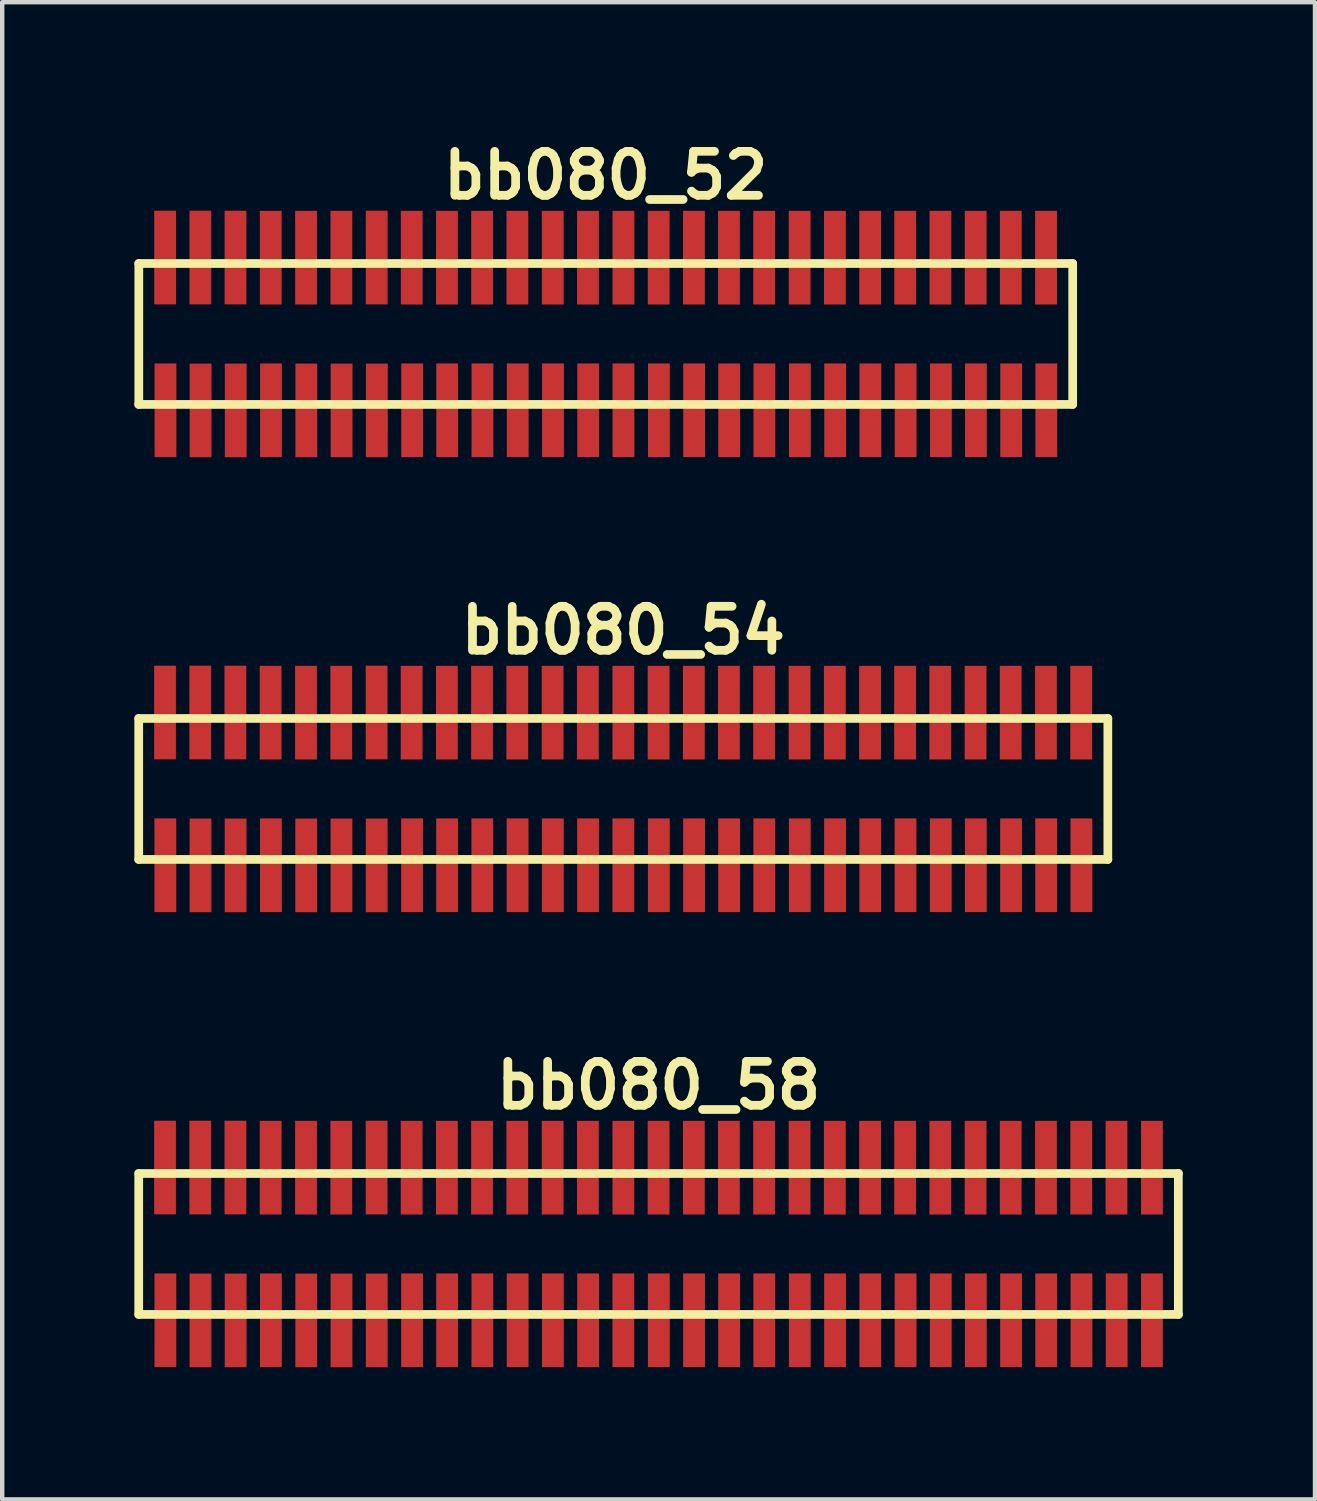
<source format=kicad_pcb>
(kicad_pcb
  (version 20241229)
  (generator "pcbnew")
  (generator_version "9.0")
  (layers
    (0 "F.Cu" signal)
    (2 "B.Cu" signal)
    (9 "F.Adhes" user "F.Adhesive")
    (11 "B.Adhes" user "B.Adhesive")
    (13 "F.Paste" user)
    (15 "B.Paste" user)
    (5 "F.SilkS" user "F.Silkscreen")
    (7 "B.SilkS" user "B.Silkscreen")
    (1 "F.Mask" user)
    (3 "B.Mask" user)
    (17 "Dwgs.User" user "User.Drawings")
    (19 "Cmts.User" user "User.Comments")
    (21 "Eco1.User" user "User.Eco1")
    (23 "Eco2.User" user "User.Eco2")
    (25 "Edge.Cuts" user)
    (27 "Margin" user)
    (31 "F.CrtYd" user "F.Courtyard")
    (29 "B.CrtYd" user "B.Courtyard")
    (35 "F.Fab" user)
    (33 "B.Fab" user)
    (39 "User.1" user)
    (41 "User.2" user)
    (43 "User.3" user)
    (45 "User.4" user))
  (footprint "bb080_52"
    (layer "F.Cu")
    (at 10.698 4.531)
    (property "Reference" "bb080_52" (at 0 -3.599 0) (layer "F.SilkS") (effects (font (size 0.998 0.998) (thickness 0.198))))
    (attr through_hole)
    (fp_line (start -10.599 1.6) (end 10.599 1.6) (stroke (width 0.198) (type solid)) (layer "F.SilkS"))
    (fp_line (start -10.597 -1.6) (end -10.597 1.6) (stroke (width 0.198) (type solid)) (layer "F.SilkS"))
    (fp_line (start 10.599 -1.6) (end -10.599 -1.6) (stroke (width 0.198) (type solid)) (layer "F.SilkS"))
    (fp_line (start 10.602 1.6) (end 10.602 -1.6) (stroke (width 0.198) (type solid)) (layer "F.SilkS"))
    (pad "1" smd rect (at -9.992 1.732) (size 0.495 2.126) (layers "F.Cu" "F.Mask" "F.Paste"))
    (pad "2" smd rect (at -10 -1.735) (size 0.495 2.126) (layers "F.Cu" "F.Mask" "F.Paste"))
    (pad "3" smd rect (at -9.195 1.735) (size 0.495 2.126) (layers "F.Cu" "F.Mask" "F.Paste"))
    (pad "4" smd rect (at -9.2 -1.735) (size 0.495 2.126) (layers "F.Cu" "F.Mask" "F.Paste"))
    (pad "5" smd rect (at -8.397 1.735) (size 0.495 2.126) (layers "F.Cu" "F.Mask" "F.Paste"))
    (pad "6" smd rect (at -8.402 -1.735) (size 0.495 2.126) (layers "F.Cu" "F.Mask" "F.Paste"))
    (pad "7" smd rect (at -7.597 1.732) (size 0.495 2.126) (layers "F.Cu" "F.Mask" "F.Paste"))
    (pad "8" smd rect (at -7.602 -1.732) (size 0.495 2.126) (layers "F.Cu" "F.Mask" "F.Paste"))
    (pad "9" smd rect (at -6.795 1.735) (size 0.495 2.126) (layers "F.Cu" "F.Mask" "F.Paste"))
    (pad "10" smd rect (at -6.8 -1.732) (size 0.495 2.126) (layers "F.Cu" "F.Mask" "F.Paste"))
    (pad "11" smd rect (at -5.994 1.735) (size 0.495 2.126) (layers "F.Cu" "F.Mask" "F.Paste"))
    (pad "12" smd rect (at -5.999 -1.732) (size 0.495 2.126) (layers "F.Cu" "F.Mask" "F.Paste"))
    (pad "13" smd rect (at -5.194 1.735) (size 0.495 2.126) (layers "F.Cu" "F.Mask" "F.Paste"))
    (pad "14" smd rect (at -5.197 -1.735) (size 0.495 2.126) (layers "F.Cu" "F.Mask" "F.Paste"))
    (pad "15" smd rect (at -4.392 1.732) (size 0.495 2.126) (layers "F.Cu" "F.Mask" "F.Paste"))
    (pad "16" smd rect (at -4.402 -1.732) (size 0.495 2.126) (layers "F.Cu" "F.Mask" "F.Paste"))
    (pad "17" smd rect (at -3.597 1.732) (size 0.495 2.126) (layers "F.Cu" "F.Mask" "F.Paste"))
    (pad "18" smd rect (at -3.602 -1.732) (size 0.495 2.126) (layers "F.Cu" "F.Mask" "F.Paste"))
    (pad "19" smd rect (at -2.797 1.732) (size 0.495 2.126) (layers "F.Cu" "F.Mask" "F.Paste"))
    (pad "20" smd rect (at -2.804 -1.732) (size 0.495 2.126) (layers "F.Cu" "F.Mask" "F.Paste"))
    (pad "21" smd rect (at -1.996 1.732) (size 0.495 2.126) (layers "F.Cu" "F.Mask" "F.Paste"))
    (pad "22" smd rect (at -2.004 -1.732) (size 0.495 2.126) (layers "F.Cu" "F.Mask" "F.Paste"))
    (pad "23" smd rect (at -1.196 1.732) (size 0.495 2.126) (layers "F.Cu" "F.Mask" "F.Paste"))
    (pad "24" smd rect (at -1.201 -1.732) (size 0.495 2.126) (layers "F.Cu" "F.Mask" "F.Paste"))
    (pad "25" smd rect (at -0.396 1.732) (size 0.495 2.126) (layers "F.Cu" "F.Mask" "F.Paste"))
    (pad "26" smd rect (at -0.401 -1.732) (size 0.495 2.126) (layers "F.Cu" "F.Mask" "F.Paste"))
    (pad "27" smd rect (at 0.404 1.732) (size 0.495 2.126) (layers "F.Cu" "F.Mask" "F.Paste"))
    (pad "28" smd rect (at 0.404 -1.732) (size 0.495 2.126) (layers "F.Cu" "F.Mask" "F.Paste"))
    (pad "29" smd rect (at 1.209 1.732) (size 0.495 2.126) (layers "F.Cu" "F.Mask" "F.Paste"))
    (pad "30" smd rect (at 1.204 -1.732) (size 0.495 2.126) (layers "F.Cu" "F.Mask" "F.Paste"))
    (pad "31" smd rect (at 2.009 1.732) (size 0.495 2.126) (layers "F.Cu" "F.Mask" "F.Paste"))
    (pad "32" smd rect (at 2.004 -1.732) (size 0.495 2.126) (layers "F.Cu" "F.Mask" "F.Paste"))
    (pad "33" smd rect (at 2.804 1.732) (size 0.495 2.126) (layers "F.Cu" "F.Mask" "F.Paste"))
    (pad "34" smd rect (at 2.799 -1.732) (size 0.495 2.126) (layers "F.Cu" "F.Mask" "F.Paste"))
    (pad "35" smd rect (at 3.604 1.732) (size 0.495 2.126) (layers "F.Cu" "F.Mask" "F.Paste"))
    (pad "36" smd rect (at 3.599 -1.732) (size 0.495 2.126) (layers "F.Cu" "F.Mask" "F.Paste"))
    (pad "37" smd rect (at 4.409 1.732) (size 0.495 2.126) (layers "F.Cu" "F.Mask" "F.Paste"))
    (pad "38" smd rect (at 4.404 -1.732) (size 0.495 2.126) (layers "F.Cu" "F.Mask" "F.Paste"))
    (pad "39" smd rect (at 5.21 1.732) (size 0.495 2.126) (layers "F.Cu" "F.Mask" "F.Paste"))
    (pad "40" smd rect (at 5.204 -1.732) (size 0.495 2.126) (layers "F.Cu" "F.Mask" "F.Paste"))
    (pad "41" smd rect (at 6.01 1.732) (size 0.495 2.126) (layers "F.Cu" "F.Mask" "F.Paste"))
    (pad "42" smd rect (at 6.005 -1.732) (size 0.495 2.126) (layers "F.Cu" "F.Mask" "F.Paste"))
    (pad "43" smd rect (at 6.81 1.732) (size 0.495 2.126) (layers "F.Cu" "F.Mask" "F.Paste"))
    (pad "44" smd rect (at 6.8 -1.732) (size 0.495 2.126) (layers "F.Cu" "F.Mask" "F.Paste"))
    (pad "45" smd rect (at 7.61 1.732) (size 0.495 2.126) (layers "F.Cu" "F.Mask" "F.Paste"))
    (pad "46" smd rect (at 7.6 -1.732) (size 0.495 2.126) (layers "F.Cu" "F.Mask" "F.Paste"))
    (pad "47" smd rect (at 8.405 1.732) (size 0.495 2.126) (layers "F.Cu" "F.Mask" "F.Paste"))
    (pad "48" smd rect (at 8.4 -1.732) (size 0.495 2.126) (layers "F.Cu" "F.Mask" "F.Paste"))
    (pad "49" smd rect (at 9.205 1.732) (size 0.495 2.126) (layers "F.Cu" "F.Mask" "F.Paste"))
    (pad "50" smd rect (at 9.197 -1.732) (size 0.495 2.126) (layers "F.Cu" "F.Mask" "F.Paste"))
    (pad "51" smd rect (at 10.003 1.732) (size 0.495 2.126) (layers "F.Cu" "F.Mask" "F.Paste"))
    (pad "52" smd rect (at 9.997 -1.732) (size 0.495 2.126) (layers "F.Cu" "F.Mask" "F.Paste")))
  (footprint "bb080_54"
    (layer "F.Cu")
    (at 11.097 14.859)
    (property "Reference" "bb080_54" (at 0 -3.599 0) (layer "F.SilkS") (effects (font (size 0.998 0.998) (thickness 0.198))))
    (attr through_hole)
    (fp_line (start -10.998 -1.6) (end -10.998 1.6) (stroke (width 0.198) (type solid)) (layer "F.SilkS"))
    (fp_line (start -10.998 1.6) (end 11.001 1.6) (stroke (width 0.198) (type solid)) (layer "F.SilkS"))
    (fp_line (start 11.001 -1.6) (end -10.998 -1.6) (stroke (width 0.198) (type solid)) (layer "F.SilkS"))
    (fp_line (start 11.001 1.6) (end 11.001 -1.6) (stroke (width 0.198) (type solid)) (layer "F.SilkS"))
    (pad "1" smd rect (at -10.394 1.732) (size 0.495 2.126) (layers "F.Cu" "F.Mask" "F.Paste"))
    (pad "2" smd rect (at -10.401 -1.735) (size 0.495 2.126) (layers "F.Cu" "F.Mask" "F.Paste"))
    (pad "3" smd rect (at -9.596 1.735) (size 0.495 2.126) (layers "F.Cu" "F.Mask" "F.Paste"))
    (pad "4" smd rect (at -9.601 -1.735) (size 0.495 2.126) (layers "F.Cu" "F.Mask" "F.Paste"))
    (pad "5" smd rect (at -8.799 1.735) (size 0.495 2.126) (layers "F.Cu" "F.Mask" "F.Paste"))
    (pad "6" smd rect (at -8.804 -1.735) (size 0.495 2.126) (layers "F.Cu" "F.Mask" "F.Paste"))
    (pad "7" smd rect (at -7.998 1.732) (size 0.495 2.126) (layers "F.Cu" "F.Mask" "F.Paste"))
    (pad "8" smd rect (at -8.004 -1.732) (size 0.495 2.126) (layers "F.Cu" "F.Mask" "F.Paste"))
    (pad "9" smd rect (at -7.196 1.735) (size 0.495 2.126) (layers "F.Cu" "F.Mask" "F.Paste"))
    (pad "10" smd rect (at -7.201 -1.732) (size 0.495 2.126) (layers "F.Cu" "F.Mask" "F.Paste"))
    (pad "11" smd rect (at -6.396 1.735) (size 0.495 2.126) (layers "F.Cu" "F.Mask" "F.Paste"))
    (pad "12" smd rect (at -6.401 -1.732) (size 0.495 2.126) (layers "F.Cu" "F.Mask" "F.Paste"))
    (pad "13" smd rect (at -5.596 1.735) (size 0.495 2.126) (layers "F.Cu" "F.Mask" "F.Paste"))
    (pad "14" smd rect (at -5.598 -1.735) (size 0.495 2.126) (layers "F.Cu" "F.Mask" "F.Paste"))
    (pad "15" smd rect (at -4.793 1.732) (size 0.495 2.126) (layers "F.Cu" "F.Mask" "F.Paste"))
    (pad "16" smd rect (at -4.803 -1.732) (size 0.495 2.126) (layers "F.Cu" "F.Mask" "F.Paste"))
    (pad "17" smd rect (at -3.998 1.732) (size 0.495 2.126) (layers "F.Cu" "F.Mask" "F.Paste"))
    (pad "18" smd rect (at -4.003 -1.732) (size 0.495 2.126) (layers "F.Cu" "F.Mask" "F.Paste"))
    (pad "19" smd rect (at -3.198 1.732) (size 0.495 2.126) (layers "F.Cu" "F.Mask" "F.Paste"))
    (pad "20" smd rect (at -3.205 -1.732) (size 0.495 2.126) (layers "F.Cu" "F.Mask" "F.Paste"))
    (pad "21" smd rect (at -2.398 1.732) (size 0.495 2.126) (layers "F.Cu" "F.Mask" "F.Paste"))
    (pad "22" smd rect (at -2.405 -1.732) (size 0.495 2.126) (layers "F.Cu" "F.Mask" "F.Paste"))
    (pad "23" smd rect (at -1.598 1.732) (size 0.495 2.126) (layers "F.Cu" "F.Mask" "F.Paste"))
    (pad "24" smd rect (at -1.603 -1.732) (size 0.495 2.126) (layers "F.Cu" "F.Mask" "F.Paste"))
    (pad "25" smd rect (at -0.798 1.732) (size 0.495 2.126) (layers "F.Cu" "F.Mask" "F.Paste"))
    (pad "26" smd rect (at -0.803 -1.732) (size 0.495 2.126) (layers "F.Cu" "F.Mask" "F.Paste"))
    (pad "27" smd rect (at 0.003 1.732) (size 0.495 2.126) (layers "F.Cu" "F.Mask" "F.Paste"))
    (pad "28" smd rect (at 0.003 -1.732) (size 0.495 2.126) (layers "F.Cu" "F.Mask" "F.Paste"))
    (pad "29" smd rect (at 0.808 1.732) (size 0.495 2.126) (layers "F.Cu" "F.Mask" "F.Paste"))
    (pad "30" smd rect (at 0.803 -1.732) (size 0.495 2.126) (layers "F.Cu" "F.Mask" "F.Paste"))
    (pad "31" smd rect (at 1.608 1.732) (size 0.495 2.126) (layers "F.Cu" "F.Mask" "F.Paste"))
    (pad "32" smd rect (at 1.603 -1.732) (size 0.495 2.126) (layers "F.Cu" "F.Mask" "F.Paste"))
    (pad "33" smd rect (at 2.403 1.732) (size 0.495 2.126) (layers "F.Cu" "F.Mask" "F.Paste"))
    (pad "34" smd rect (at 2.398 -1.732) (size 0.495 2.126) (layers "F.Cu" "F.Mask" "F.Paste"))
    (pad "35" smd rect (at 3.203 1.732) (size 0.495 2.126) (layers "F.Cu" "F.Mask" "F.Paste"))
    (pad "36" smd rect (at 3.198 -1.732) (size 0.495 2.126) (layers "F.Cu" "F.Mask" "F.Paste"))
    (pad "37" smd rect (at 4.008 1.732) (size 0.495 2.126) (layers "F.Cu" "F.Mask" "F.Paste"))
    (pad "38" smd rect (at 4.003 -1.732) (size 0.495 2.126) (layers "F.Cu" "F.Mask" "F.Paste"))
    (pad "39" smd rect (at 4.808 1.732) (size 0.495 2.126) (layers "F.Cu" "F.Mask" "F.Paste"))
    (pad "40" smd rect (at 4.803 -1.732) (size 0.495 2.126) (layers "F.Cu" "F.Mask" "F.Paste"))
    (pad "41" smd rect (at 5.608 1.732) (size 0.495 2.126) (layers "F.Cu" "F.Mask" "F.Paste"))
    (pad "42" smd rect (at 5.603 -1.732) (size 0.495 2.126) (layers "F.Cu" "F.Mask" "F.Paste"))
    (pad "43" smd rect (at 6.408 1.732) (size 0.495 2.126) (layers "F.Cu" "F.Mask" "F.Paste"))
    (pad "44" smd rect (at 6.398 -1.732) (size 0.495 2.126) (layers "F.Cu" "F.Mask" "F.Paste"))
    (pad "45" smd rect (at 7.209 1.732) (size 0.495 2.126) (layers "F.Cu" "F.Mask" "F.Paste"))
    (pad "46" smd rect (at 7.198 -1.732) (size 0.495 2.126) (layers "F.Cu" "F.Mask" "F.Paste"))
    (pad "47" smd rect (at 8.004 1.732) (size 0.495 2.126) (layers "F.Cu" "F.Mask" "F.Paste"))
    (pad "48" smd rect (at 7.998 -1.732) (size 0.495 2.126) (layers "F.Cu" "F.Mask" "F.Paste"))
    (pad "49" smd rect (at 8.804 1.732) (size 0.495 2.126) (layers "F.Cu" "F.Mask" "F.Paste"))
    (pad "50" smd rect (at 8.796 -1.732) (size 0.495 2.126) (layers "F.Cu" "F.Mask" "F.Paste"))
    (pad "51" smd rect (at 9.601 1.732) (size 0.495 2.126) (layers "F.Cu" "F.Mask" "F.Paste"))
    (pad "52" smd rect (at 9.596 -1.732) (size 0.495 2.126) (layers "F.Cu" "F.Mask" "F.Paste"))
    (pad "53" smd rect (at 10.401 1.732) (size 0.495 2.126) (layers "F.Cu" "F.Mask" "F.Paste"))
    (pad "54" smd rect (at 10.396 -1.732) (size 0.495 2.126) (layers "F.Cu" "F.Mask" "F.Paste")))
  (footprint "bb080_58"
    (layer "F.Cu")
    (at 11.9 25.188)
    (property "Reference" "bb080_58" (at 0 -3.599 0) (layer "F.SilkS") (effects (font (size 0.998 0.998) (thickness 0.198))))
    (attr through_hole)
    (fp_line (start -11.801 -1.6) (end -11.801 1.6) (stroke (width 0.198) (type solid)) (layer "F.SilkS"))
    (fp_line (start -11.801 1.6) (end 11.801 1.6) (stroke (width 0.198) (type solid)) (layer "F.SilkS"))
    (fp_line (start 11.798 1.6) (end 11.798 -1.6) (stroke (width 0.198) (type solid)) (layer "F.SilkS"))
    (fp_line (start 11.801 -1.6) (end -11.801 -1.6) (stroke (width 0.198) (type solid)) (layer "F.SilkS"))
    (pad "1" smd rect (at -11.196 1.732) (size 0.495 2.126) (layers "F.Cu" "F.Mask" "F.Paste"))
    (pad "2" smd rect (at -11.204 -1.735) (size 0.495 2.126) (layers "F.Cu" "F.Mask" "F.Paste"))
    (pad "3" smd rect (at -10.399 1.735) (size 0.495 2.126) (layers "F.Cu" "F.Mask" "F.Paste"))
    (pad "4" smd rect (at -10.404 -1.735) (size 0.495 2.126) (layers "F.Cu" "F.Mask" "F.Paste"))
    (pad "5" smd rect (at -9.601 1.735) (size 0.495 2.126) (layers "F.Cu" "F.Mask" "F.Paste"))
    (pad "6" smd rect (at -9.606 -1.735) (size 0.495 2.126) (layers "F.Cu" "F.Mask" "F.Paste"))
    (pad "7" smd rect (at -8.801 1.732) (size 0.495 2.126) (layers "F.Cu" "F.Mask" "F.Paste"))
    (pad "8" smd rect (at -8.806 -1.732) (size 0.495 2.126) (layers "F.Cu" "F.Mask" "F.Paste"))
    (pad "9" smd rect (at -7.998 1.735) (size 0.495 2.126) (layers "F.Cu" "F.Mask" "F.Paste"))
    (pad "10" smd rect (at -8.004 -1.732) (size 0.495 2.126) (layers "F.Cu" "F.Mask" "F.Paste"))
    (pad "11" smd rect (at -7.198 1.735) (size 0.495 2.126) (layers "F.Cu" "F.Mask" "F.Paste"))
    (pad "12" smd rect (at -7.203 -1.732) (size 0.495 2.126) (layers "F.Cu" "F.Mask" "F.Paste"))
    (pad "13" smd rect (at -6.398 1.735) (size 0.495 2.126) (layers "F.Cu" "F.Mask" "F.Paste"))
    (pad "14" smd rect (at -6.401 -1.735) (size 0.495 2.126) (layers "F.Cu" "F.Mask" "F.Paste"))
    (pad "15" smd rect (at -5.596 1.732) (size 0.495 2.126) (layers "F.Cu" "F.Mask" "F.Paste"))
    (pad "16" smd rect (at -5.606 -1.732) (size 0.495 2.126) (layers "F.Cu" "F.Mask" "F.Paste"))
    (pad "17" smd rect (at -4.801 1.732) (size 0.495 2.126) (layers "F.Cu" "F.Mask" "F.Paste"))
    (pad "18" smd rect (at -4.806 -1.732) (size 0.495 2.126) (layers "F.Cu" "F.Mask" "F.Paste"))
    (pad "19" smd rect (at -4 1.732) (size 0.495 2.126) (layers "F.Cu" "F.Mask" "F.Paste"))
    (pad "20" smd rect (at -4.008 -1.732) (size 0.495 2.126) (layers "F.Cu" "F.Mask" "F.Paste"))
    (pad "21" smd rect (at -3.2 1.732) (size 0.495 2.126) (layers "F.Cu" "F.Mask" "F.Paste"))
    (pad "22" smd rect (at -3.208 -1.732) (size 0.495 2.126) (layers "F.Cu" "F.Mask" "F.Paste"))
    (pad "23" smd rect (at -2.4 1.732) (size 0.495 2.126) (layers "F.Cu" "F.Mask" "F.Paste"))
    (pad "24" smd rect (at -2.405 -1.732) (size 0.495 2.126) (layers "F.Cu" "F.Mask" "F.Paste"))
    (pad "25" smd rect (at -1.6 1.732) (size 0.495 2.126) (layers "F.Cu" "F.Mask" "F.Paste"))
    (pad "26" smd rect (at -1.605 -1.732) (size 0.495 2.126) (layers "F.Cu" "F.Mask" "F.Paste"))
    (pad "27" smd rect (at -0.8 1.732) (size 0.495 2.126) (layers "F.Cu" "F.Mask" "F.Paste"))
    (pad "28" smd rect (at -0.8 -1.732) (size 0.495 2.126) (layers "F.Cu" "F.Mask" "F.Paste"))
    (pad "29" smd rect (at 0.005 1.732) (size 0.495 2.126) (layers "F.Cu" "F.Mask" "F.Paste"))
    (pad "30" smd rect (at 0 -1.732) (size 0.495 2.126) (layers "F.Cu" "F.Mask" "F.Paste"))
    (pad "31" smd rect (at 0.805 1.732) (size 0.495 2.126) (layers "F.Cu" "F.Mask" "F.Paste"))
    (pad "32" smd rect (at 0.8 -1.732) (size 0.495 2.126) (layers "F.Cu" "F.Mask" "F.Paste"))
    (pad "33" smd rect (at 1.6 1.732) (size 0.495 2.126) (layers "F.Cu" "F.Mask" "F.Paste"))
    (pad "34" smd rect (at 1.595 -1.732) (size 0.495 2.126) (layers "F.Cu" "F.Mask" "F.Paste"))
    (pad "35" smd rect (at 2.4 1.732) (size 0.495 2.126) (layers "F.Cu" "F.Mask" "F.Paste"))
    (pad "36" smd rect (at 2.395 -1.732) (size 0.495 2.126) (layers "F.Cu" "F.Mask" "F.Paste"))
    (pad "37" smd rect (at 3.205 1.732) (size 0.495 2.126) (layers "F.Cu" "F.Mask" "F.Paste"))
    (pad "38" smd rect (at 3.2 -1.732) (size 0.495 2.126) (layers "F.Cu" "F.Mask" "F.Paste"))
    (pad "39" smd rect (at 4.006 1.732) (size 0.495 2.126) (layers "F.Cu" "F.Mask" "F.Paste"))
    (pad "40" smd rect (at 4 -1.732) (size 0.495 2.126) (layers "F.Cu" "F.Mask" "F.Paste"))
    (pad "41" smd rect (at 4.806 1.732) (size 0.495 2.126) (layers "F.Cu" "F.Mask" "F.Paste"))
    (pad "42" smd rect (at 4.801 -1.732) (size 0.495 2.126) (layers "F.Cu" "F.Mask" "F.Paste"))
    (pad "43" smd rect (at 5.606 1.732) (size 0.495 2.126) (layers "F.Cu" "F.Mask" "F.Paste"))
    (pad "44" smd rect (at 5.596 -1.732) (size 0.495 2.126) (layers "F.Cu" "F.Mask" "F.Paste"))
    (pad "45" smd rect (at 6.406 1.732) (size 0.495 2.126) (layers "F.Cu" "F.Mask" "F.Paste"))
    (pad "46" smd rect (at 6.396 -1.732) (size 0.495 2.126) (layers "F.Cu" "F.Mask" "F.Paste"))
    (pad "47" smd rect (at 7.201 1.732) (size 0.495 2.126) (layers "F.Cu" "F.Mask" "F.Paste"))
    (pad "48" smd rect (at 7.196 -1.732) (size 0.495 2.126) (layers "F.Cu" "F.Mask" "F.Paste"))
    (pad "49" smd rect (at 8.001 1.732) (size 0.495 2.126) (layers "F.Cu" "F.Mask" "F.Paste"))
    (pad "50" smd rect (at 7.993 -1.732) (size 0.495 2.126) (layers "F.Cu" "F.Mask" "F.Paste"))
    (pad "51" smd rect (at 8.799 1.732) (size 0.495 2.126) (layers "F.Cu" "F.Mask" "F.Paste"))
    (pad "52" smd rect (at 8.793 -1.732) (size 0.495 2.126) (layers "F.Cu" "F.Mask" "F.Paste"))
    (pad "53" smd rect (at 9.599 1.732) (size 0.495 2.126) (layers "F.Cu" "F.Mask" "F.Paste"))
    (pad "54" smd rect (at 9.594 -1.732) (size 0.495 2.126) (layers "F.Cu" "F.Mask" "F.Paste"))
    (pad "55" smd rect (at 10.399 1.732) (size 0.495 2.126) (layers "F.Cu" "F.Mask" "F.Paste"))
    (pad "56" smd rect (at 10.394 -1.732) (size 0.495 2.126) (layers "F.Cu" "F.Mask" "F.Paste"))
    (pad "57" smd rect (at 11.199 1.732) (size 0.495 2.126) (layers "F.Cu" "F.Mask" "F.Paste"))
    (pad "58" smd rect (at 11.199 -1.732) (size 0.495 2.126) (layers "F.Cu" "F.Mask" "F.Paste")))
  (gr_rect
    (start -3 -3)
    (end 26.8 30.986)
    (stroke (width 0.1) (type default))
    (fill no)
    (layer "Edge.Cuts")))
</source>
